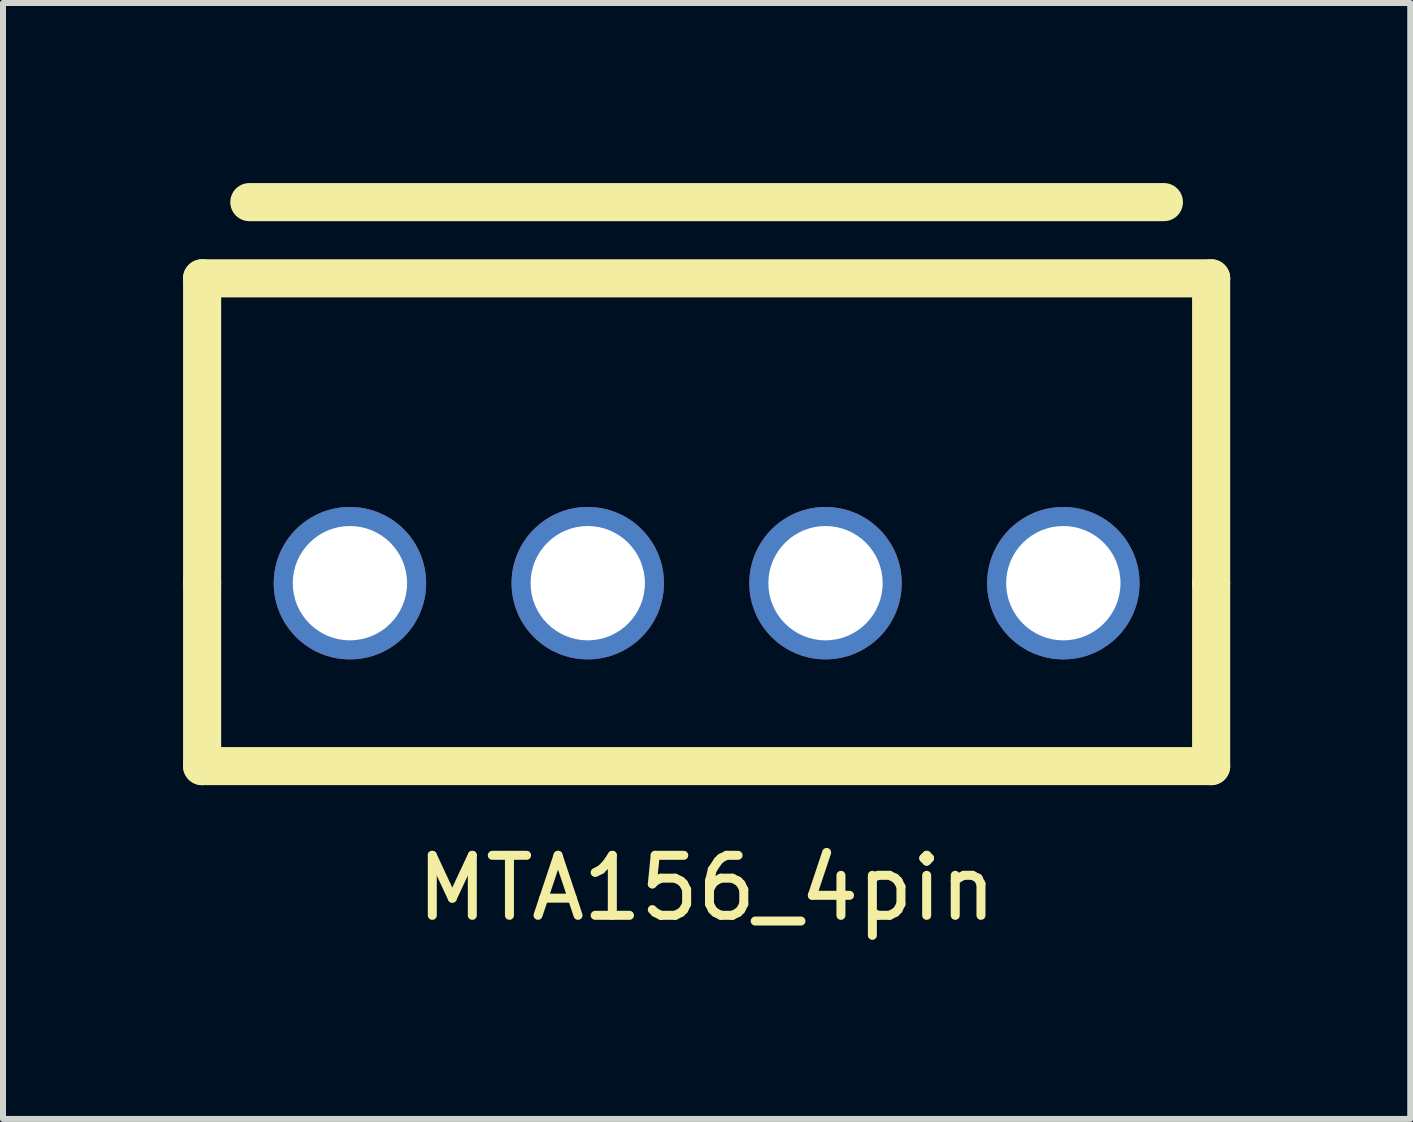
<source format=kicad_pcb>
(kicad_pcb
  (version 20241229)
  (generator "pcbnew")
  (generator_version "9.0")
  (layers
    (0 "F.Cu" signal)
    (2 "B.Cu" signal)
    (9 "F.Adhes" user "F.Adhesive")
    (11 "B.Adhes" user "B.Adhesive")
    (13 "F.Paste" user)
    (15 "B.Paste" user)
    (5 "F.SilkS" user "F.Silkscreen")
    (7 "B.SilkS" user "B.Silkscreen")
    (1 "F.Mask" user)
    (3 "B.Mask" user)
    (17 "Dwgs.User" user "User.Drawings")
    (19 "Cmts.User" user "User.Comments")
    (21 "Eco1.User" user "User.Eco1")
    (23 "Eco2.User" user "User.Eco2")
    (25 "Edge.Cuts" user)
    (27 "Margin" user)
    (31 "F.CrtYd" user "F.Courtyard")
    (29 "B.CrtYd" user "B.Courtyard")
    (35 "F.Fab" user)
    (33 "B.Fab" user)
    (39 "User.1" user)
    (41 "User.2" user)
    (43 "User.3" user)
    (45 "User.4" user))
  (footprint "MTA156_4pin"
    (layer "F.Cu")
    (at 8.725 6.668)
    (property "Reference" "MTA156_4pin" (at 0 5.08 0) (layer "F.SilkS") (effects (font (size 1 1) (thickness 0.15))))
    (attr through_hole)
    (fp_line (start -8.407 -5.08) (end 8.407 -5.08) (stroke (width 0.635) (type solid)) (layer "F.SilkS"))
    (fp_line (start -8.407 0) (end -8.407 -5.08) (stroke (width 0.635) (type solid)) (layer "F.SilkS"))
    (fp_line (start -8.407 0) (end -8.407 3.048) (stroke (width 0.635) (type solid)) (layer "F.SilkS"))
    (fp_line (start -8.407 3.048) (end 8.407 3.048) (stroke (width 0.635) (type solid)) (layer "F.SilkS"))
    (fp_line (start -7.62 -6.35) (end 7.62 -6.35) (stroke (width 0.635) (type solid)) (layer "F.SilkS"))
    (fp_line (start 8.407 -5.08) (end 8.407 0) (stroke (width 0.635) (type solid)) (layer "F.SilkS"))
    (fp_line (start 8.407 3.048) (end 8.407 0) (stroke (width 0.635) (type solid)) (layer "F.SilkS"))
    (pad "1" thru_hole circle (at -5.944 0 180) (size 2.54 2.54) (drill 1.905) (layers "*.Cu" "*.Mask"))
    (pad "2" thru_hole circle (at -1.981 0 180) (size 2.54 2.54) (drill 1.905) (layers "*.Cu" "*.Mask"))
    (pad "3" thru_hole circle (at 1.981 0 180) (size 2.54 2.54) (drill 1.905) (layers "*.Cu" "*.Mask"))
    (pad "4" thru_hole circle (at 5.944 0 180) (size 2.54 2.54) (drill 1.905) (layers "*.Cu" "*.Mask")))
  (gr_rect
    (start -3 -3)
    (end 20.45 15.596)
    (stroke (width 0.1) (type default))
    (fill no)
    (layer "Edge.Cuts")))
</source>
